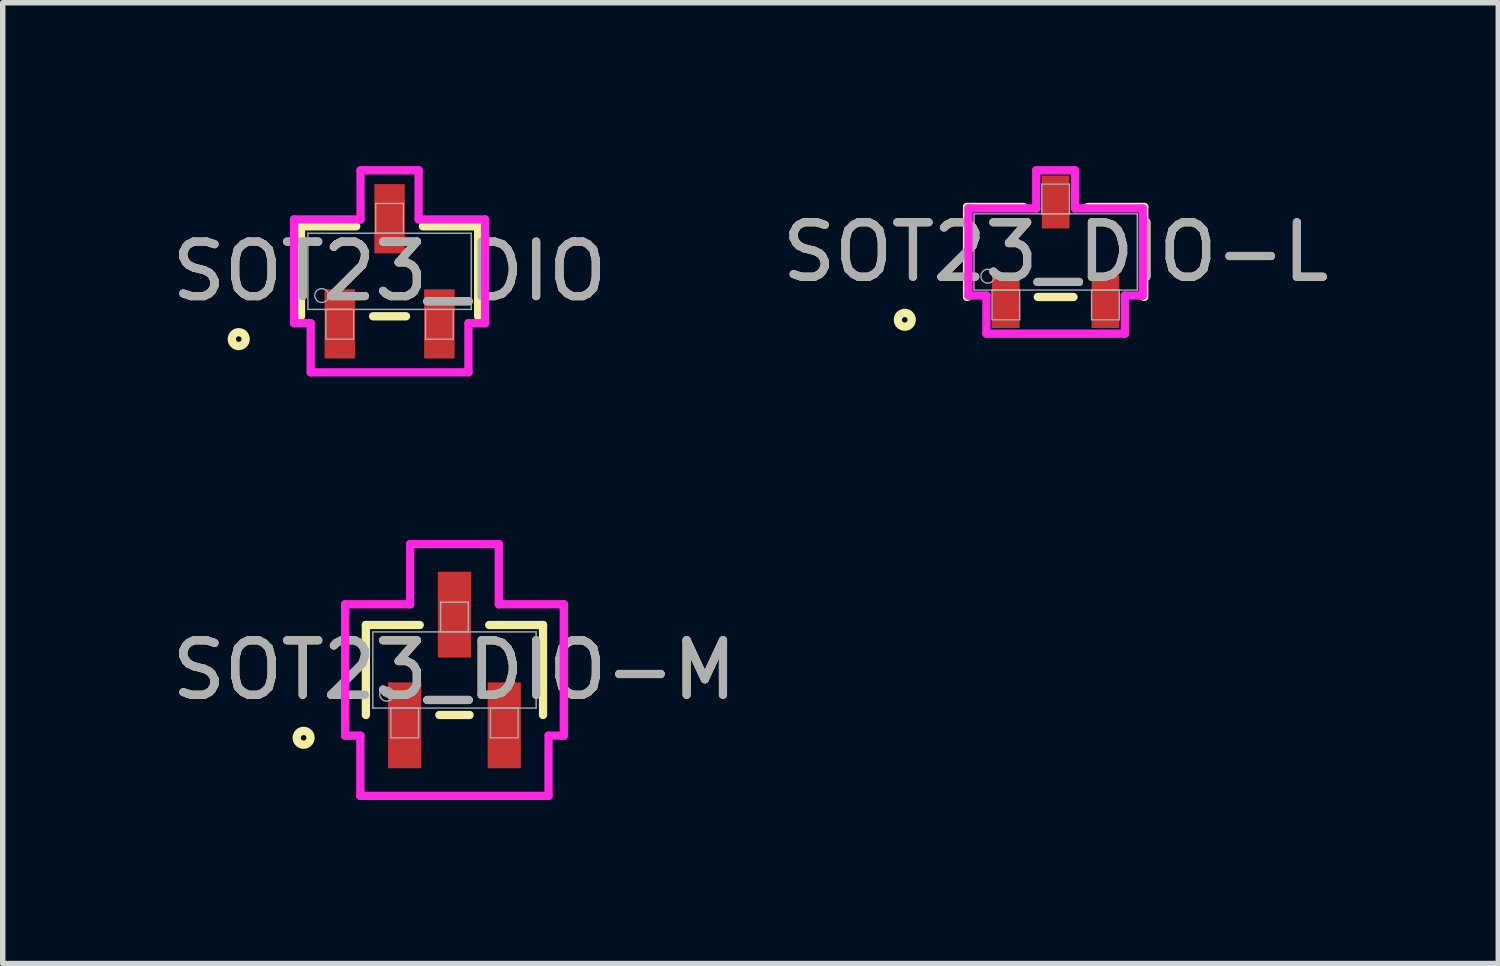
<source format=kicad_pcb>
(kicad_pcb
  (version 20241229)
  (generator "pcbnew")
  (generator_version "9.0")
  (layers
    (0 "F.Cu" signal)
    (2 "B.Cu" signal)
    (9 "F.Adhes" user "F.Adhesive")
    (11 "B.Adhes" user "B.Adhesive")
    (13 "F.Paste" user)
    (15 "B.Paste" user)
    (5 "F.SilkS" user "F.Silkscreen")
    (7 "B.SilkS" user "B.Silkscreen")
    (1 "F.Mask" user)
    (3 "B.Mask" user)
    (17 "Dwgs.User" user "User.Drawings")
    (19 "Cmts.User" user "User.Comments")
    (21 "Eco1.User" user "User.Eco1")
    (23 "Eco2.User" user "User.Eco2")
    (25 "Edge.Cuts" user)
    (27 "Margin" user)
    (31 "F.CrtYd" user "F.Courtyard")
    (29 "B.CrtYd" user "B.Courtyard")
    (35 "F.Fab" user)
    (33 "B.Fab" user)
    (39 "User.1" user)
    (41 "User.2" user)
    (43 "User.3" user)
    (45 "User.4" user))
  (footprint "SOT23_DIO"
    (layer "F.Cu")
    (at 4.101 1.93)
    (property "Reference" "SOT23_DIO" (at 0 0 0) (unlocked yes) (layer "F.SilkS") (effects (font (size 1 1) (thickness 0.15))))
    (attr smd)
    (fp_line (start -1.626 -0.826) (end -1.626 0.826) (stroke (width 0.152) (type solid)) (layer "F.SilkS"))
    (fp_line (start -0.612 -0.826) (end -1.626 -0.826) (stroke (width 0.152) (type solid)) (layer "F.SilkS"))
    (fp_line (start -0.302 0.826) (end 0.302 0.826) (stroke (width 0.152) (type solid)) (layer "F.SilkS"))
    (fp_line (start 1.626 -0.826) (end 0.612 -0.826) (stroke (width 0.152) (type solid)) (layer "F.SilkS"))
    (fp_line (start 1.626 0.826) (end 1.626 -0.826) (stroke (width 0.152) (type solid)) (layer "F.SilkS"))
    (fp_circle (center -2.769 1.245) (end -2.642 1.245) (stroke (width 0.152) (type solid)) (fill no) (layer "F.SilkS"))
    (fp_line (start -1.753 -0.953) (end -0.533 -0.953) (stroke (width 0.152) (type solid)) (layer "F.CrtYd"))
    (fp_line (start -1.753 0.953) (end -1.753 -0.953) (stroke (width 0.152) (type solid)) (layer "F.CrtYd"))
    (fp_line (start -1.753 0.953) (end -1.448 0.953) (stroke (width 0.152) (type solid)) (layer "F.CrtYd"))
    (fp_line (start -1.448 0.953) (end -1.448 1.854) (stroke (width 0.152) (type solid)) (layer "F.CrtYd"))
    (fp_line (start -1.448 1.854) (end 1.448 1.854) (stroke (width 0.152) (type solid)) (layer "F.CrtYd"))
    (fp_line (start -0.533 -1.854) (end 0.533 -1.854) (stroke (width 0.152) (type solid)) (layer "F.CrtYd"))
    (fp_line (start -0.533 -0.953) (end -0.533 -1.854) (stroke (width 0.152) (type solid)) (layer "F.CrtYd"))
    (fp_line (start 0.533 -0.953) (end 0.533 -1.854) (stroke (width 0.152) (type solid)) (layer "F.CrtYd"))
    (fp_line (start 1.448 0.953) (end 1.448 1.854) (stroke (width 0.152) (type solid)) (layer "F.CrtYd"))
    (fp_line (start 1.753 -0.953) (end 0.533 -0.953) (stroke (width 0.152) (type solid)) (layer "F.CrtYd"))
    (fp_line (start 1.753 -0.953) (end 1.753 0.953) (stroke (width 0.152) (type solid)) (layer "F.CrtYd"))
    (fp_line (start 1.753 0.953) (end 1.448 0.953) (stroke (width 0.152) (type solid)) (layer "F.CrtYd"))
    (fp_line (start -1.499 -0.699) (end -1.499 0.699) (stroke (width 0.025) (type solid)) (layer "F.Fab"))
    (fp_line (start -1.499 0.699) (end 1.499 0.699) (stroke (width 0.025) (type solid)) (layer "F.Fab"))
    (fp_line (start -1.168 0.699) (end -1.168 1.245) (stroke (width 0.025) (type solid)) (layer "F.Fab"))
    (fp_line (start -1.168 1.245) (end -0.66 1.245) (stroke (width 0.025) (type solid)) (layer "F.Fab"))
    (fp_line (start -0.66 0.699) (end -1.168 0.699) (stroke (width 0.025) (type solid)) (layer "F.Fab"))
    (fp_line (start -0.66 1.245) (end -0.66 0.699) (stroke (width 0.025) (type solid)) (layer "F.Fab"))
    (fp_line (start -0.254 -1.245) (end -0.254 -0.699) (stroke (width 0.025) (type solid)) (layer "F.Fab"))
    (fp_line (start -0.254 -0.699) (end 0.254 -0.699) (stroke (width 0.025) (type solid)) (layer "F.Fab"))
    (fp_line (start 0.254 -1.245) (end -0.254 -1.245) (stroke (width 0.025) (type solid)) (layer "F.Fab"))
    (fp_line (start 0.254 -0.699) (end 0.254 -1.245) (stroke (width 0.025) (type solid)) (layer "F.Fab"))
    (fp_line (start 0.66 0.699) (end 0.66 1.245) (stroke (width 0.025) (type solid)) (layer "F.Fab"))
    (fp_line (start 0.66 1.245) (end 1.168 1.245) (stroke (width 0.025) (type solid)) (layer "F.Fab"))
    (fp_line (start 1.168 0.699) (end 0.66 0.699) (stroke (width 0.025) (type solid)) (layer "F.Fab"))
    (fp_line (start 1.168 1.245) (end 1.168 0.699) (stroke (width 0.025) (type solid)) (layer "F.Fab"))
    (fp_line (start 1.499 -0.699) (end -1.499 -0.699) (stroke (width 0.025) (type solid)) (layer "F.Fab"))
    (fp_line (start 1.499 0.699) (end 1.499 -0.699) (stroke (width 0.025) (type solid)) (layer "F.Fab"))
    (fp_circle (center -1.245 0.445) (end -1.118 0.445) (stroke (width 0.025) (type solid)) (fill no) (layer "F.Fab"))
    (fp_text user "${REFERENCE}" (at 0 0 0) (unlocked yes) (layer "F.Fab") (effects (font (size 1 1) (thickness 0.15))))
    (pad "1" smd rect (at -0.914 0.965) (size 0.559 1.27) (layers "F.Cu" "F.Mask" "F.Paste"))
    (pad "2" smd rect (at 0.914 0.965) (size 0.559 1.27) (layers "F.Cu" "F.Mask" "F.Paste"))
    (pad "3" smd rect (at 0 -0.965) (size 0.559 1.27) (layers "F.Cu" "F.Mask" "F.Paste")))
  (footprint "SOT23_DIO-L"
    (layer "F.Cu")
    (at 16.327 1.575)
    (property "Reference" "SOT23_DIO-L" (at 0 0 0) (unlocked yes) (layer "F.SilkS") (effects (font (size 1 1) (thickness 0.15))))
    (attr smd)
    (fp_line (start -1.626 -0.826) (end -1.626 0.826) (stroke (width 0.152) (type solid)) (layer "F.SilkS"))
    (fp_line (start -0.587 -0.826) (end -1.626 -0.826) (stroke (width 0.152) (type solid)) (layer "F.SilkS"))
    (fp_line (start -0.328 0.826) (end 0.328 0.826) (stroke (width 0.152) (type solid)) (layer "F.SilkS"))
    (fp_line (start 1.626 -0.826) (end 0.587 -0.826) (stroke (width 0.152) (type solid)) (layer "F.SilkS"))
    (fp_line (start 1.626 0.826) (end 1.626 -0.826) (stroke (width 0.152) (type solid)) (layer "F.SilkS"))
    (fp_circle (center -2.769 1.245) (end -2.642 1.245) (stroke (width 0.152) (type solid)) (fill no) (layer "F.SilkS"))
    (fp_line (start -1.6 -0.8) (end -0.356 -0.8) (stroke (width 0.152) (type solid)) (layer "F.CrtYd"))
    (fp_line (start -1.6 0.8) (end -1.6 -0.8) (stroke (width 0.152) (type solid)) (layer "F.CrtYd"))
    (fp_line (start -1.6 0.8) (end -1.27 0.8) (stroke (width 0.152) (type solid)) (layer "F.CrtYd"))
    (fp_line (start -1.27 0.8) (end -1.27 1.499) (stroke (width 0.152) (type solid)) (layer "F.CrtYd"))
    (fp_line (start -1.27 1.499) (end 1.27 1.499) (stroke (width 0.152) (type solid)) (layer "F.CrtYd"))
    (fp_line (start -0.356 -1.499) (end 0.356 -1.499) (stroke (width 0.152) (type solid)) (layer "F.CrtYd"))
    (fp_line (start -0.356 -0.8) (end -0.356 -1.499) (stroke (width 0.152) (type solid)) (layer "F.CrtYd"))
    (fp_line (start 0.356 -0.8) (end 0.356 -1.499) (stroke (width 0.152) (type solid)) (layer "F.CrtYd"))
    (fp_line (start 1.27 0.8) (end 1.27 1.499) (stroke (width 0.152) (type solid)) (layer "F.CrtYd"))
    (fp_line (start 1.6 -0.8) (end 0.356 -0.8) (stroke (width 0.152) (type solid)) (layer "F.CrtYd"))
    (fp_line (start 1.6 -0.8) (end 1.6 0.8) (stroke (width 0.152) (type solid)) (layer "F.CrtYd"))
    (fp_line (start 1.6 0.8) (end 1.27 0.8) (stroke (width 0.152) (type solid)) (layer "F.CrtYd"))
    (fp_line (start -1.499 -0.699) (end -1.499 0.699) (stroke (width 0.025) (type solid)) (layer "F.Fab"))
    (fp_line (start -1.499 0.699) (end 1.499 0.699) (stroke (width 0.025) (type solid)) (layer "F.Fab"))
    (fp_line (start -1.168 0.699) (end -1.168 1.245) (stroke (width 0.025) (type solid)) (layer "F.Fab"))
    (fp_line (start -1.168 1.245) (end -0.66 1.245) (stroke (width 0.025) (type solid)) (layer "F.Fab"))
    (fp_line (start -0.66 0.699) (end -1.168 0.699) (stroke (width 0.025) (type solid)) (layer "F.Fab"))
    (fp_line (start -0.66 1.245) (end -0.66 0.699) (stroke (width 0.025) (type solid)) (layer "F.Fab"))
    (fp_line (start -0.254 -1.245) (end -0.254 -0.699) (stroke (width 0.025) (type solid)) (layer "F.Fab"))
    (fp_line (start -0.254 -0.699) (end 0.254 -0.699) (stroke (width 0.025) (type solid)) (layer "F.Fab"))
    (fp_line (start 0.254 -1.245) (end -0.254 -1.245) (stroke (width 0.025) (type solid)) (layer "F.Fab"))
    (fp_line (start 0.254 -0.699) (end 0.254 -1.245) (stroke (width 0.025) (type solid)) (layer "F.Fab"))
    (fp_line (start 0.66 0.699) (end 0.66 1.245) (stroke (width 0.025) (type solid)) (layer "F.Fab"))
    (fp_line (start 0.66 1.245) (end 1.168 1.245) (stroke (width 0.025) (type solid)) (layer "F.Fab"))
    (fp_line (start 1.168 0.699) (end 0.66 0.699) (stroke (width 0.025) (type solid)) (layer "F.Fab"))
    (fp_line (start 1.168 1.245) (end 1.168 0.699) (stroke (width 0.025) (type solid)) (layer "F.Fab"))
    (fp_line (start 1.499 -0.699) (end -1.499 -0.699) (stroke (width 0.025) (type solid)) (layer "F.Fab"))
    (fp_line (start 1.499 0.699) (end 1.499 -0.699) (stroke (width 0.025) (type solid)) (layer "F.Fab"))
    (fp_circle (center -1.245 0.445) (end -1.118 0.445) (stroke (width 0.025) (type solid)) (fill no) (layer "F.Fab"))
    (fp_text user "${REFERENCE}" (at 0 0 0) (unlocked yes) (layer "F.Fab") (effects (font (size 1 1) (thickness 0.15))))
    (pad "1" smd rect (at -0.914 0.914) (size 0.508 0.965) (layers "F.Cu" "F.Mask" "F.Paste"))
    (pad "2" smd rect (at 0.914 0.914) (size 0.508 0.965) (layers "F.Cu" "F.Mask" "F.Paste"))
    (pad "3" smd rect (at 0 -0.914) (size 0.508 0.965) (layers "F.Cu" "F.Mask" "F.Paste")))
  (footprint "SOT23_DIO-M"
    (layer "F.Cu")
    (at 5.292 9.248)
    (property "Reference" "SOT23_DIO-M" (at 0 0 0) (unlocked yes) (layer "F.SilkS") (effects (font (size 1 1) (thickness 0.15))))
    (attr smd)
    (fp_line (start -1.626 -0.826) (end -1.626 0.826) (stroke (width 0.152) (type solid)) (layer "F.SilkS"))
    (fp_line (start -0.638 -0.826) (end -1.626 -0.826) (stroke (width 0.152) (type solid)) (layer "F.SilkS"))
    (fp_line (start -0.277 0.826) (end 0.277 0.826) (stroke (width 0.152) (type solid)) (layer "F.SilkS"))
    (fp_line (start 1.626 -0.826) (end 0.638 -0.826) (stroke (width 0.152) (type solid)) (layer "F.SilkS"))
    (fp_line (start 1.626 0.826) (end 1.626 -0.826) (stroke (width 0.152) (type solid)) (layer "F.SilkS"))
    (fp_circle (center -2.769 1.245) (end -2.642 1.245) (stroke (width 0.152) (type solid)) (fill no) (layer "F.SilkS"))
    (fp_line (start -2.007 -1.206) (end -0.813 -1.206) (stroke (width 0.152) (type solid)) (layer "F.CrtYd"))
    (fp_line (start -2.007 1.206) (end -2.007 -1.206) (stroke (width 0.152) (type solid)) (layer "F.CrtYd"))
    (fp_line (start -2.007 1.206) (end -1.727 1.206) (stroke (width 0.152) (type solid)) (layer "F.CrtYd"))
    (fp_line (start -1.727 1.206) (end -1.727 2.311) (stroke (width 0.152) (type solid)) (layer "F.CrtYd"))
    (fp_line (start -1.727 2.311) (end 1.727 2.311) (stroke (width 0.152) (type solid)) (layer "F.CrtYd"))
    (fp_line (start -0.813 -2.311) (end 0.813 -2.311) (stroke (width 0.152) (type solid)) (layer "F.CrtYd"))
    (fp_line (start -0.813 -1.206) (end -0.813 -2.311) (stroke (width 0.152) (type solid)) (layer "F.CrtYd"))
    (fp_line (start 0.813 -1.206) (end 0.813 -2.311) (stroke (width 0.152) (type solid)) (layer "F.CrtYd"))
    (fp_line (start 1.727 1.206) (end 1.727 2.311) (stroke (width 0.152) (type solid)) (layer "F.CrtYd"))
    (fp_line (start 2.007 -1.206) (end 0.813 -1.206) (stroke (width 0.152) (type solid)) (layer "F.CrtYd"))
    (fp_line (start 2.007 -1.206) (end 2.007 1.206) (stroke (width 0.152) (type solid)) (layer "F.CrtYd"))
    (fp_line (start 2.007 1.206) (end 1.727 1.206) (stroke (width 0.152) (type solid)) (layer "F.CrtYd"))
    (fp_line (start -1.499 -0.699) (end -1.499 0.699) (stroke (width 0.025) (type solid)) (layer "F.Fab"))
    (fp_line (start -1.499 0.699) (end 1.499 0.699) (stroke (width 0.025) (type solid)) (layer "F.Fab"))
    (fp_line (start -1.168 0.699) (end -1.168 1.245) (stroke (width 0.025) (type solid)) (layer "F.Fab"))
    (fp_line (start -1.168 1.245) (end -0.66 1.245) (stroke (width 0.025) (type solid)) (layer "F.Fab"))
    (fp_line (start -0.66 0.699) (end -1.168 0.699) (stroke (width 0.025) (type solid)) (layer "F.Fab"))
    (fp_line (start -0.66 1.245) (end -0.66 0.699) (stroke (width 0.025) (type solid)) (layer "F.Fab"))
    (fp_line (start -0.254 -1.245) (end -0.254 -0.699) (stroke (width 0.025) (type solid)) (layer "F.Fab"))
    (fp_line (start -0.254 -0.699) (end 0.254 -0.699) (stroke (width 0.025) (type solid)) (layer "F.Fab"))
    (fp_line (start 0.254 -1.245) (end -0.254 -1.245) (stroke (width 0.025) (type solid)) (layer "F.Fab"))
    (fp_line (start 0.254 -0.699) (end 0.254 -1.245) (stroke (width 0.025) (type solid)) (layer "F.Fab"))
    (fp_line (start 0.66 0.699) (end 0.66 1.245) (stroke (width 0.025) (type solid)) (layer "F.Fab"))
    (fp_line (start 0.66 1.245) (end 1.168 1.245) (stroke (width 0.025) (type solid)) (layer "F.Fab"))
    (fp_line (start 1.168 0.699) (end 0.66 0.699) (stroke (width 0.025) (type solid)) (layer "F.Fab"))
    (fp_line (start 1.168 1.245) (end 1.168 0.699) (stroke (width 0.025) (type solid)) (layer "F.Fab"))
    (fp_line (start 1.499 -0.699) (end -1.499 -0.699) (stroke (width 0.025) (type solid)) (layer "F.Fab"))
    (fp_line (start 1.499 0.699) (end 1.499 -0.699) (stroke (width 0.025) (type solid)) (layer "F.Fab"))
    (fp_circle (center -1.245 0.445) (end -1.118 0.445) (stroke (width 0.025) (type solid)) (fill no) (layer "F.Fab"))
    (fp_text user "${REFERENCE}" (at 0 0 0) (unlocked yes) (layer "F.Fab") (effects (font (size 1 1) (thickness 0.15))))
    (pad "1" smd rect (at -0.914 1.016) (size 0.61 1.575) (layers "F.Cu" "F.Mask" "F.Paste"))
    (pad "2" smd rect (at 0.914 1.016) (size 0.61 1.575) (layers "F.Cu" "F.Mask" "F.Paste"))
    (pad "3" smd rect (at 0 -1.016) (size 0.61 1.575) (layers "F.Cu" "F.Mask" "F.Paste")))
  (gr_rect
    (start -3 -3)
    (end 24.452 14.636)
    (stroke (width 0.1) (type default))
    (fill no)
    (layer "Edge.Cuts")))
</source>
